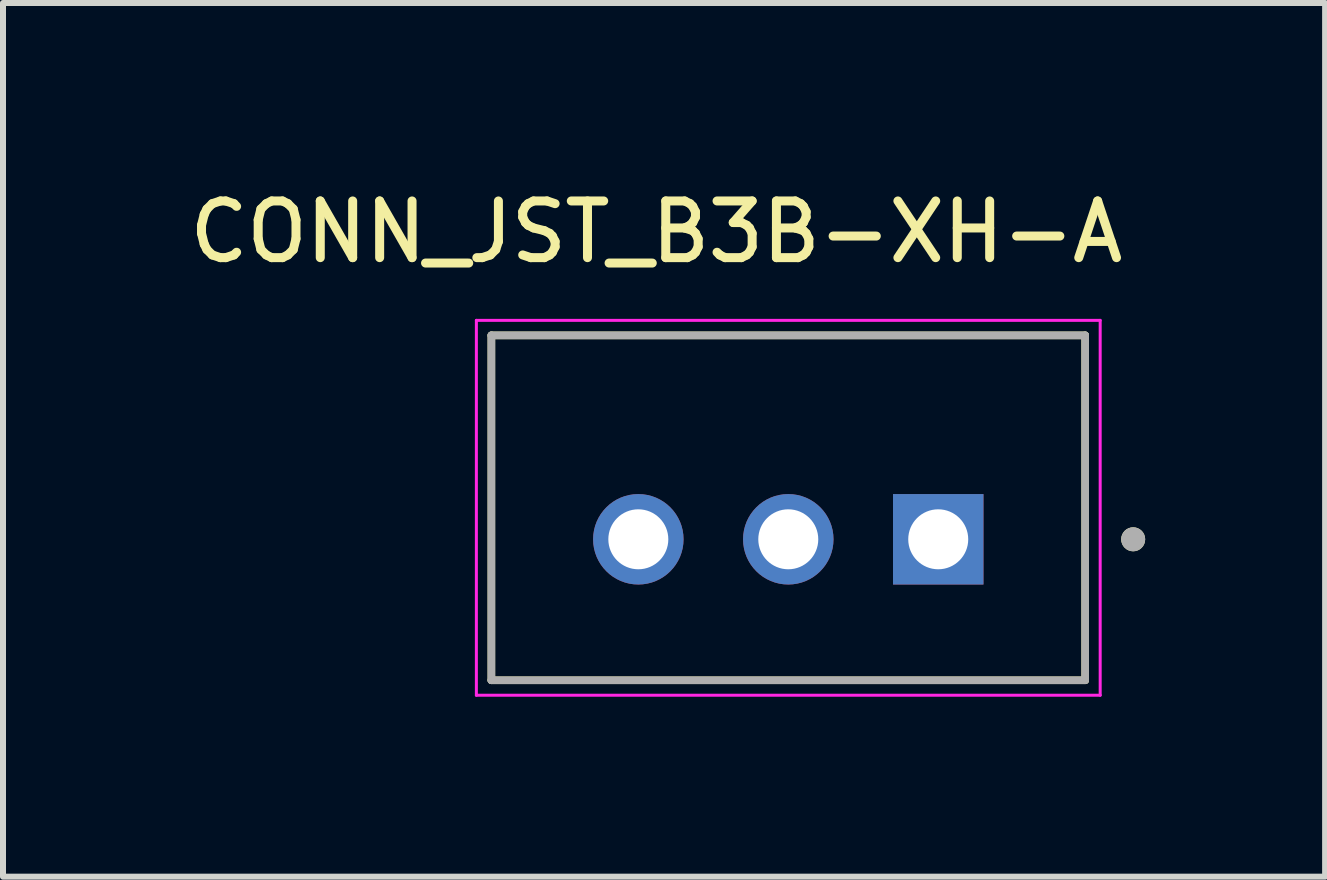
<source format=kicad_pcb>
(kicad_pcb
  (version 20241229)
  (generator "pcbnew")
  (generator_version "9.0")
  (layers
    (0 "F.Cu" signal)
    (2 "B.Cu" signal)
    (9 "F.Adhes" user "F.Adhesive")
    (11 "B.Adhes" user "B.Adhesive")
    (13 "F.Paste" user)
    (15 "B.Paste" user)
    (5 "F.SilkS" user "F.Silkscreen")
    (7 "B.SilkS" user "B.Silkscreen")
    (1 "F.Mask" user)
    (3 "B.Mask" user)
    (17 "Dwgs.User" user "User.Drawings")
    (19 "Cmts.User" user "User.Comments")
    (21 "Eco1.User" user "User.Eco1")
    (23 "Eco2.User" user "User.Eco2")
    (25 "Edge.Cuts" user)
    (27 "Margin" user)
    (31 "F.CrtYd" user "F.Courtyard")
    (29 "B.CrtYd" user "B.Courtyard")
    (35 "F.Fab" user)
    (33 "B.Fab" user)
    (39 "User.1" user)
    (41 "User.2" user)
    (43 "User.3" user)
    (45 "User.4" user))
  (footprint "CONN_JST_B3B-XH-A"
    (layer "F.Cu")
    (at 10.092 5.416)
    (property "Reference" "CONN_JST_B3B-XH-A" (at -2.2 -4.6 0) (layer "F.SilkS") (effects (font (size 0.945 0.945) (thickness 0.15))))
    (attr through_hole)
    (fp_line (start -4.95 -2.875) (end 4.95 -2.875) (stroke (width 0.127) (type solid)) (layer "F.SilkS"))
    (fp_line (start -4.95 2.875) (end -4.95 -2.875) (stroke (width 0.127) (type solid)) (layer "F.SilkS"))
    (fp_line (start 4.95 -2.875) (end 4.95 2.875) (stroke (width 0.127) (type solid)) (layer "F.SilkS"))
    (fp_line (start 4.95 2.875) (end -4.95 2.875) (stroke (width 0.127) (type solid)) (layer "F.SilkS"))
    (fp_circle (center 5.75 0.525) (end 5.85 0.525) (stroke (width 0.2) (type solid)) (fill no) (layer "F.SilkS"))
    (fp_line (start -5.2 -3.125) (end 5.2 -3.125) (stroke (width 0.05) (type solid)) (layer "F.CrtYd"))
    (fp_line (start -5.2 3.125) (end -5.2 -3.125) (stroke (width 0.05) (type solid)) (layer "F.CrtYd"))
    (fp_line (start 5.2 -3.125) (end 5.2 3.125) (stroke (width 0.05) (type solid)) (layer "F.CrtYd"))
    (fp_line (start 5.2 3.125) (end -5.2 3.125) (stroke (width 0.05) (type solid)) (layer "F.CrtYd"))
    (fp_line (start -4.95 -2.875) (end 4.95 -2.875) (stroke (width 0.127) (type solid)) (layer "F.Fab"))
    (fp_line (start -4.95 2.875) (end -4.95 -2.875) (stroke (width 0.127) (type solid)) (layer "F.Fab"))
    (fp_line (start 4.95 -2.875) (end 4.95 2.875) (stroke (width 0.127) (type solid)) (layer "F.Fab"))
    (fp_line (start 4.95 2.875) (end -4.95 2.875) (stroke (width 0.127) (type solid)) (layer "F.Fab"))
    (fp_circle (center 5.75 0.525) (end 5.85 0.525) (stroke (width 0.2) (type solid)) (fill no) (layer "F.Fab"))
    (pad "1" thru_hole rect (at 2.5 0.525) (size 1.508 1.508) (drill 1) (layers "*.Cu" "*.Mask"))
    (pad "2" thru_hole circle (at 0 0.525) (size 1.508 1.508) (drill 1) (layers "*.Cu" "*.Mask"))
    (pad "3" thru_hole circle (at -2.5 0.525) (size 1.508 1.508) (drill 1) (layers "*.Cu" "*.Mask")))
  (gr_rect
    (start -3 -3)
    (end 19.042 11.566)
    (stroke (width 0.1) (type default))
    (fill no)
    (layer "Edge.Cuts")))
</source>
